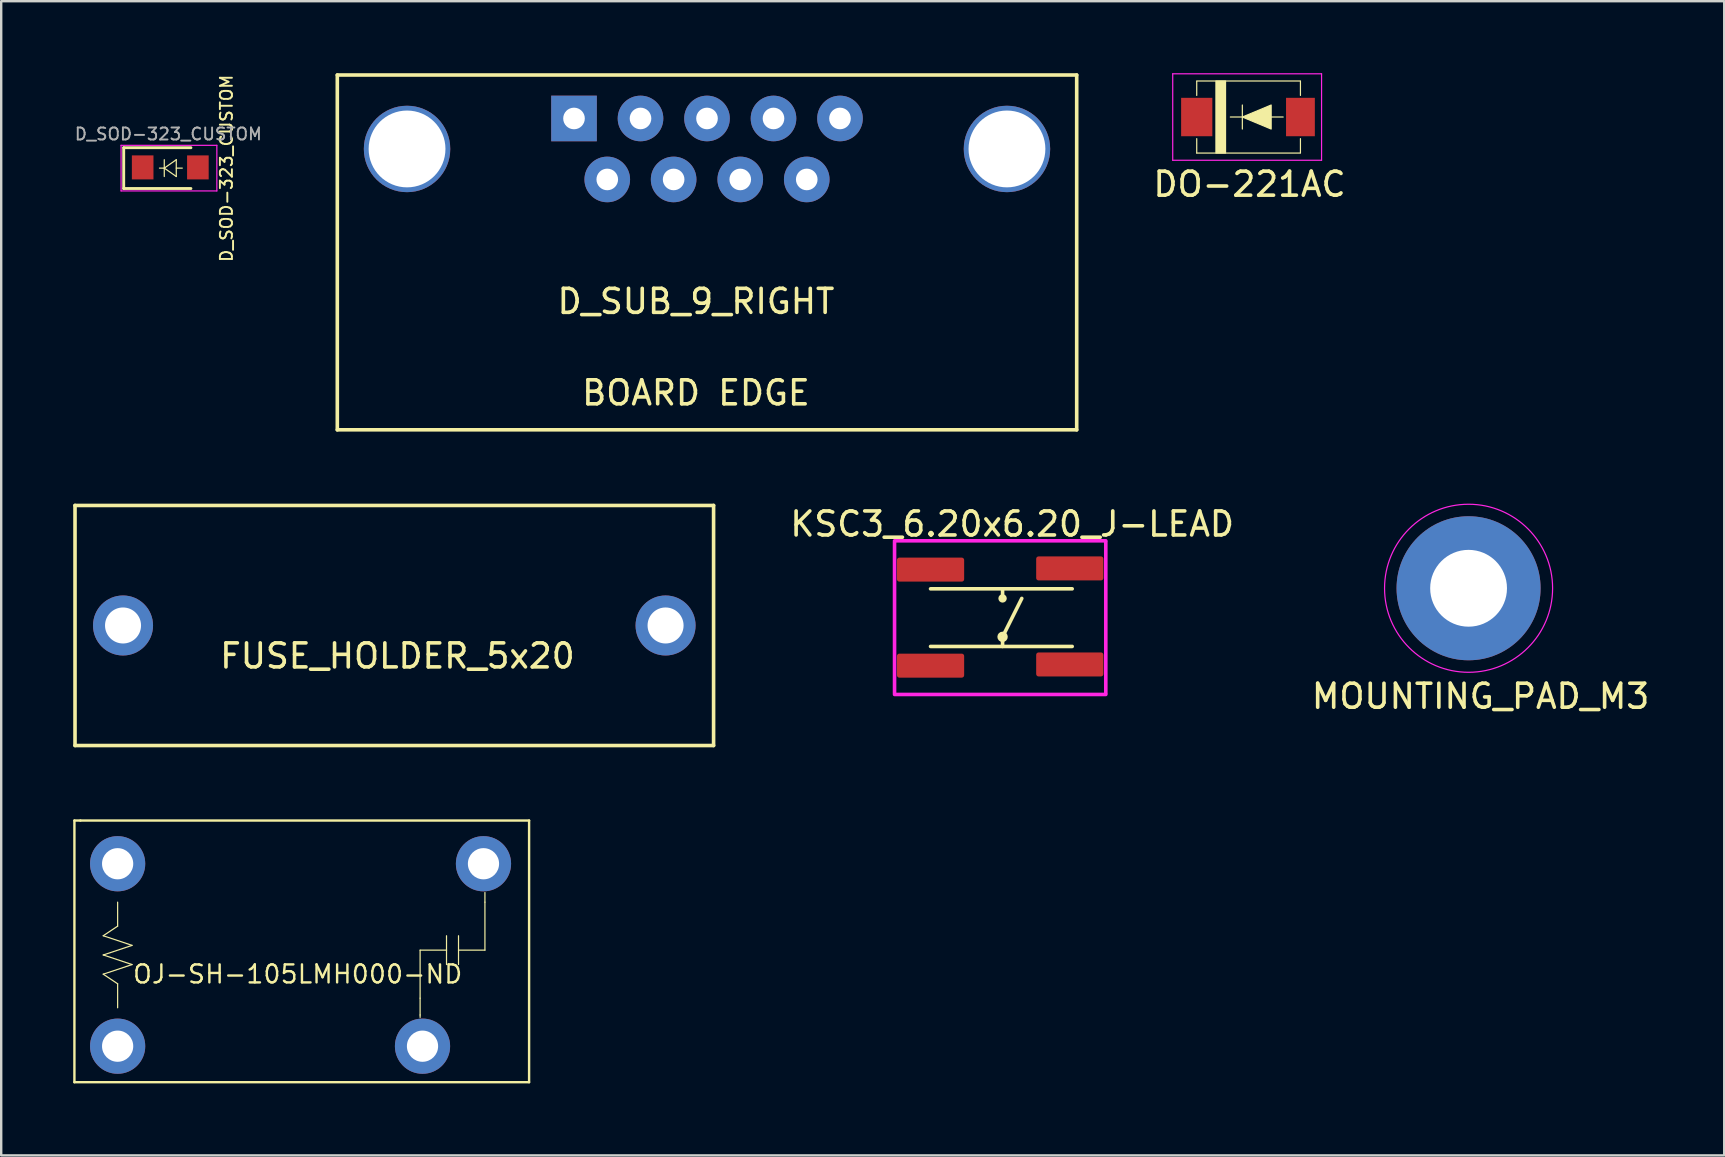
<source format=kicad_pcb>
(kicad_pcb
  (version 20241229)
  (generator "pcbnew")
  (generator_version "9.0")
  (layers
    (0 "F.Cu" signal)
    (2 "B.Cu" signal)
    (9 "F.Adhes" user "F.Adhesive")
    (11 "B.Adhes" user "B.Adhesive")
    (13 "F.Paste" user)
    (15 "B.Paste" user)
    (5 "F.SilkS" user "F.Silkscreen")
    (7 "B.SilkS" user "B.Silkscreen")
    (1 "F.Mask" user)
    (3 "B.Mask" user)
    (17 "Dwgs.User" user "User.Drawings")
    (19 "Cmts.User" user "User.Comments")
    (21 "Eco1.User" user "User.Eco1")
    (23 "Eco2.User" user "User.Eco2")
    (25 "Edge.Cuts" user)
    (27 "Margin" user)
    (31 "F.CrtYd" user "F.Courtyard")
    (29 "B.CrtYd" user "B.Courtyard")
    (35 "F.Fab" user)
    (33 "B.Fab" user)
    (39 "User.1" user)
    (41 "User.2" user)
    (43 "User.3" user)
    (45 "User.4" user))
  (footprint "FUSE_HOLDER_5x20"
    (layer "F.Cu")
    (at 2.075 23.005)
    (property "Reference" "FUSE_HOLDER_5x20" (at 11.43 1.27 0) (layer "F.SilkS") (effects (font (size 1 1) (thickness 0.15))))
    (attr through_hole)
    (fp_line (start -2 -5) (end -2 5) (stroke (width 0.15) (type solid)) (layer "F.SilkS"))
    (fp_line (start -2 -5) (end 24.6 -5) (stroke (width 0.15) (type solid)) (layer "F.SilkS"))
    (fp_line (start -2 5) (end 24.6 5) (stroke (width 0.15) (type solid)) (layer "F.SilkS"))
    (fp_line (start 24.6 -5) (end 24.6 5) (stroke (width 0.15) (type solid)) (layer "F.SilkS"))
    (pad "1" thru_hole circle (at 0 0) (size 2.5 2.5) (drill 1.5) (layers "*.Cu" "*.Mask"))
    (pad "2" thru_hole circle (at 22.6 0) (size 2.5 2.5) (drill 1.5) (layers "*.Cu" "*.Mask")))
  (footprint "D_SUB_9_RIGHT"
    (layer "F.Cu")
    (at 20.861 1.885)
    (property "Reference" "D_SUB_9_RIGHT" (at 5.08 7.62 0) (layer "F.SilkS") (effects (font (size 1 1) (thickness 0.15))))
    (attr through_hole)
    (fp_line (start -9.86 -1.81) (end -9.86 12.97) (stroke (width 0.15) (type solid)) (layer "F.SilkS"))
    (fp_line (start -9.86 -1.81) (end 20.94 -1.81) (stroke (width 0.15) (type solid)) (layer "F.SilkS"))
    (fp_line (start -9.86 12.97) (end 20.94 12.97) (stroke (width 0.15) (type solid)) (layer "F.SilkS"))
    (fp_line (start 20.94 -1.81) (end 20.94 12.97) (stroke (width 0.15) (type solid)) (layer "F.SilkS"))
    (fp_text user "BOARD EDGE" (at 5.08 11.43 0) (layer "F.SilkS") (effects (font (size 1 1) (thickness 0.15))))
    (pad "0" thru_hole circle (at -6.955 1.27) (size 3.6 3.6) (drill 3.2) (layers "*.Cu" "*.Mask"))
    (pad "0" thru_hole circle (at 18.035 1.27) (size 3.6 3.6) (drill 3.2) (layers "*.Cu" "*.Mask"))
    (pad "1" thru_hole rect (at 0 0) (size 1.9 1.9) (drill 0.9) (layers "*.Cu" "*.Mask"))
    (pad "2" thru_hole circle (at 2.77 0) (size 1.9 1.9) (drill 0.9) (layers "*.Cu" "*.Mask"))
    (pad "3" thru_hole circle (at 5.54 0) (size 1.9 1.9) (drill 0.9) (layers "*.Cu" "*.Mask"))
    (pad "4" thru_hole circle (at 8.31 0) (size 1.9 1.9) (drill 0.9) (layers "*.Cu" "*.Mask"))
    (pad "5" thru_hole circle (at 11.08 0) (size 1.9 1.9) (drill 0.9) (layers "*.Cu" "*.Mask"))
    (pad "6" thru_hole circle (at 1.385 2.54) (size 1.9 1.9) (drill 0.9) (layers "*.Cu" "*.Mask"))
    (pad "7" thru_hole circle (at 4.15 2.54) (size 1.9 1.9) (drill 0.9) (layers "*.Cu" "*.Mask"))
    (pad "8" thru_hole circle (at 6.925 2.54) (size 1.9 1.9) (drill 0.9) (layers "*.Cu" "*.Mask"))
    (pad "9" thru_hole circle (at 9.695 2.54) (size 1.9 1.9) (drill 0.9) (layers "*.Cu" "*.Mask")))
  (footprint "DO-221AC"
    (layer "F.Cu")
    (at 46.801 1.825)
    (property "Reference" "DO-221AC" (at 2.2 2.8 0) (layer "F.SilkS") (effects (font (size 1 1) (thickness 0.15))))
    (attr smd)
    (fp_line (start 0 -1.5) (end 4.32 -1.5) (stroke (width 0.05) (type solid)) (layer "F.SilkS"))
    (fp_line (start 0 -1.49) (end 0 -0.9) (stroke (width 0.05) (type solid)) (layer "F.SilkS"))
    (fp_line (start 0 0.9) (end 0 1.5) (stroke (width 0.05) (type solid)) (layer "F.SilkS"))
    (fp_line (start 0 1.5) (end 4.32 1.5) (stroke (width 0.05) (type solid)) (layer "F.SilkS"))
    (fp_line (start 1.9 -0.5) (end 1.9 0.5) (stroke (width 0.05) (type solid)) (layer "F.SilkS"))
    (fp_line (start 1.9 0) (end 1.4 0) (stroke (width 0.05) (type solid)) (layer "F.SilkS"))
    (fp_line (start 3 0) (end 3.6 0) (stroke (width 0.05) (type solid)) (layer "F.SilkS"))
    (fp_line (start 4.32 -0.9) (end 4.32 -1.49) (stroke (width 0.05) (type solid)) (layer "F.SilkS"))
    (fp_line (start 4.32 0.9) (end 4.32 1.49) (stroke (width 0.05) (type solid)) (layer "F.SilkS"))
    (fp_poly (pts (xy 1.9 0) (xy 3.1 -0.5) (xy 3.1 0.5)) (stroke (width 0.05) (type solid)) (fill yes) (layer "F.SilkS"))
    (fp_poly (pts (xy 0.8 1.5) (xy 0.8 -1.5) (xy 1.2 -1.5) (xy 1.2 1.5)) (stroke (width 0.05) (type solid)) (fill yes) (layer "F.SilkS"))
    (fp_line (start -1 -1.8) (end -1 1.8) (stroke (width 0.05) (type solid)) (layer "F.CrtYd"))
    (fp_line (start -1 1.8) (end 5.2 1.8) (stroke (width 0.05) (type solid)) (layer "F.CrtYd"))
    (fp_line (start 5.2 -1.8) (end -1 -1.8) (stroke (width 0.05) (type solid)) (layer "F.CrtYd"))
    (fp_line (start 5.2 1.8) (end 5.2 -1.8) (stroke (width 0.05) (type solid)) (layer "F.CrtYd"))
    (pad "1" smd rect (at 0 0) (size 1.3 1.6) (layers "F.Cu" "F.Mask" "F.Paste"))
    (pad "2" smd rect (at 4.32 0) (size 1.2 1.6) (layers "F.Cu" "F.Mask" "F.Paste")))
  (footprint "KSC3_6.20x6.20_J-LEAD"
    (layer "F.Cu")
    (at 35.713 20.678)
    (property "Reference" "KSC3_6.20x6.20_J-LEAD" (at 3.4 -1.9 0) (layer "F.SilkS") (effects (font (size 1 1) (thickness 0.15))))
    (attr through_hole)
    (fp_line (start 0 0.8) (end 5.9 0.8) (stroke (width 0.15) (type solid)) (layer "F.SilkS"))
    (fp_line (start 0 3.2) (end 5.9 3.2) (stroke (width 0.15) (type solid)) (layer "F.SilkS"))
    (fp_line (start 3 0.8) (end 3 1.2) (stroke (width 0.15) (type solid)) (layer "F.SilkS"))
    (fp_line (start 3 2.8) (end 3.8 1.2) (stroke (width 0.15) (type solid)) (layer "F.SilkS"))
    (fp_line (start 3 3.2) (end 3 2.8) (stroke (width 0.15) (type solid)) (layer "F.SilkS"))
    (fp_circle (center 3 1.2) (end 3.1 1.2) (stroke (width 0.15) (type solid)) (fill no) (layer "F.SilkS"))
    (fp_circle (center 3 2.8) (end 3.1 2.7) (stroke (width 0.15) (type solid)) (fill no) (layer "F.SilkS"))
    (fp_line (start -1.5 -1.2) (end 7.3 -1.2) (stroke (width 0.15) (type solid)) (layer "F.CrtYd"))
    (fp_line (start -1.5 -1.15) (end -1.5 5.15) (stroke (width 0.15) (type solid)) (layer "F.CrtYd"))
    (fp_line (start -1.5 5.2) (end 7.3 5.2) (stroke (width 0.15) (type solid)) (layer "F.CrtYd"))
    (fp_line (start 7.3 -1.15) (end 7.3 5.15) (stroke (width 0.15) (type solid)) (layer "F.CrtYd"))
    (pad "1" smd roundrect (at 0 0) (size 2.8 1) (layers "F.Cu" "F.Mask" "F.Paste") (roundrect_rratio 0.1))
    (pad "1" smd roundrect (at 5.8 -0.05) (size 2.8 1) (layers "F.Cu" "F.Mask" "F.Paste") (roundrect_rratio 0.1))
    (pad "2" smd roundrect (at 0 4) (size 2.8 1) (layers "F.Cu" "F.Mask" "F.Paste") (roundrect_rratio 0.1))
    (pad "2" smd roundrect (at 5.8 3.95) (size 2.8 1) (layers "F.Cu" "F.Mask" "F.Paste") (roundrect_rratio 0.1)))
  (footprint "MOUNTING_PAD_M3"
    (layer "F.Cu")
    (at 58.125 21.455)
    (property "Reference" "MOUNTING_PAD_M3" (at 0.5 4.5 0) (layer "F.SilkS") (effects (font (size 1 1) (thickness 0.15))))
    (attr through_hole)
    (fp_circle (center 0 0) (end 3.5 0) (stroke (width 0.05) (type solid)) (fill no) (layer "F.CrtYd"))
    (pad "1" thru_hole circle (at 0 0) (size 6 6) (drill 3.2) (layers "*.Cu" "*.Mask")))
  (footprint "D_SOD-323_CUSTOM"
    (layer "F.Cu")
    (at 2.893 3.923)
    (property "Reference" "D_SOD-323_CUSTOM" (at 3.49 0.04 90) (layer "F.SilkS") (effects (font (size 0.5 0.5) (thickness 0.08))))
    (attr smd)
    (fp_line (start -0.79 -0.82) (end -0.79 0.88) (stroke (width 0.12) (type solid)) (layer "F.SilkS"))
    (fp_line (start -0.79 -0.82) (end 2.01 -0.82) (stroke (width 0.12) (type solid)) (layer "F.SilkS"))
    (fp_line (start -0.79 0.88) (end 2.01 0.88) (stroke (width 0.12) (type solid)) (layer "F.SilkS"))
    (fp_line (start 0.9 -0.32) (end 0.9 0.38) (stroke (width 0.05) (type solid)) (layer "F.SilkS"))
    (fp_line (start 0.9 0.03) (end 0.7 0.03) (stroke (width 0.05) (type solid)) (layer "F.SilkS"))
    (fp_line (start 0.9 0.03) (end 1.4 -0.32) (stroke (width 0.05) (type solid)) (layer "F.SilkS"))
    (fp_line (start 1.4 -0.32) (end 1.4 0.38) (stroke (width 0.05) (type solid)) (layer "F.SilkS"))
    (fp_line (start 1.4 0.03) (end 1.65 0.03) (stroke (width 0.05) (type solid)) (layer "F.SilkS"))
    (fp_line (start 1.4 0.38) (end 0.9 0.03) (stroke (width 0.05) (type solid)) (layer "F.SilkS"))
    (fp_line (start -0.9 -0.92) (end -0.9 0.98) (stroke (width 0.05) (type solid)) (layer "F.CrtYd"))
    (fp_line (start -0.9 -0.92) (end 3.09 -0.92) (stroke (width 0.05) (type solid)) (layer "F.CrtYd"))
    (fp_line (start -0.9 0.98) (end 3.09 0.98) (stroke (width 0.05) (type solid)) (layer "F.CrtYd"))
    (fp_line (start 3.09 -0.92) (end 3.09 0.98) (stroke (width 0.05) (type solid)) (layer "F.CrtYd"))
    (fp_text user "${REFERENCE}" (at 1.07 -1.39 0) (layer "F.Fab") (effects (font (size 0.5 0.5) (thickness 0.08))))
    (pad "1" smd rect (at 0 0) (size 0.9 1) (layers "F.Cu" "F.Mask" "F.Paste"))
    (pad "2" smd rect (at 2.3 0) (size 0.9 1) (layers "F.Cu" "F.Mask" "F.Paste")))
  (footprint "OJ-SH-105LMH000-ND"
    (layer "F.Cu")
    (at 1.85 40.53)
    (property "Reference" "OJ-SH-105LMH000-ND" (at 7.5 -3 0) (layer "F.SilkS") (effects (font (size 0.75 0.75) (thickness 0.1))))
    (attr through_hole)
    (fp_line (start -1.8 -9.4) (end -1.55 -9.4) (stroke (width 0.1) (type solid)) (layer "F.SilkS"))
    (fp_line (start -1.8 1.5) (end -1.8 -9.4) (stroke (width 0.1) (type solid)) (layer "F.SilkS"))
    (fp_line (start -1.8 1.5) (end 17.14 1.5) (stroke (width 0.1) (type solid)) (layer "F.SilkS"))
    (fp_line (start -1.55 -9.4) (end 17.14 -9.4) (stroke (width 0.1) (type solid)) (layer "F.SilkS"))
    (fp_line (start -0.6 -4.6) (end 0.6 -4.2) (stroke (width 0.05) (type solid)) (layer "F.SilkS"))
    (fp_line (start -0.6 -3.8) (end 0.6 -3.4) (stroke (width 0.05) (type solid)) (layer "F.SilkS"))
    (fp_line (start -0.6 -3) (end 0 -2.6) (stroke (width 0.05) (type solid)) (layer "F.SilkS"))
    (fp_line (start 0 -6) (end 0 -5) (stroke (width 0.05) (type solid)) (layer "F.SilkS"))
    (fp_line (start 0 -5) (end -0.6 -4.6) (stroke (width 0.05) (type solid)) (layer "F.SilkS"))
    (fp_line (start 0 -1.6) (end 0 -2.6) (stroke (width 0.05) (type solid)) (layer "F.SilkS"))
    (fp_line (start 0.6 -4.2) (end -0.6 -3.8) (stroke (width 0.05) (type solid)) (layer "F.SilkS"))
    (fp_line (start 0.6 -3.4) (end -0.6 -3) (stroke (width 0.05) (type solid)) (layer "F.SilkS"))
    (fp_line (start 12.6 -4) (end 13.7 -4) (stroke (width 0.05) (type solid)) (layer "F.SilkS"))
    (fp_line (start 12.6 -2) (end 12.6 -4) (stroke (width 0.05) (type solid)) (layer "F.SilkS"))
    (fp_line (start 12.6 -2) (end 12.6 -1.3) (stroke (width 0.05) (type solid)) (layer "F.SilkS"))
    (fp_line (start 12.6 -1.3) (end 12.6 -1.2) (stroke (width 0.05) (type solid)) (layer "F.SilkS"))
    (fp_line (start 13.7 -4) (end 13.7 -4.6) (stroke (width 0.05) (type solid)) (layer "F.SilkS"))
    (fp_line (start 13.7 -4) (end 13.7 -3.4) (stroke (width 0.05) (type solid)) (layer "F.SilkS"))
    (fp_line (start 14.2 -4.6) (end 14.2 -3.4) (stroke (width 0.05) (type solid)) (layer "F.SilkS"))
    (fp_line (start 14.2 -4) (end 15.3 -4) (stroke (width 0.05) (type solid)) (layer "F.SilkS"))
    (fp_line (start 15.3 -6) (end 15.3 -6.4) (stroke (width 0.05) (type solid)) (layer "F.SilkS"))
    (fp_line (start 15.3 -6) (end 15.3 -4) (stroke (width 0.05) (type solid)) (layer "F.SilkS"))
    (fp_line (start 17.14 -9.4) (end 17.14 1.5) (stroke (width 0.1) (type solid)) (layer "F.SilkS"))
    (pad "1" thru_hole circle (at 0 0) (size 2.3 2.3) (drill 1.3) (layers "*.Cu" "*.Mask"))
    (pad "2" thru_hole circle (at 0 -7.6) (size 2.3 2.3) (drill 1.3) (layers "*.Cu" "*.Mask"))
    (pad "3" thru_hole circle (at 12.7 0) (size 2.3 2.3) (drill 1.3) (layers "*.Cu" "*.Mask"))
    (pad "4" thru_hole circle (at 15.24 -7.6) (size 2.3 2.3) (drill 1.3) (layers "*.Cu" "*.Mask")))
  (gr_rect
    (start -3 -3)
    (end 68.774 45.08)
    (stroke (width 0.1) (type default))
    (fill no)
    (layer "Edge.Cuts")))
</source>
